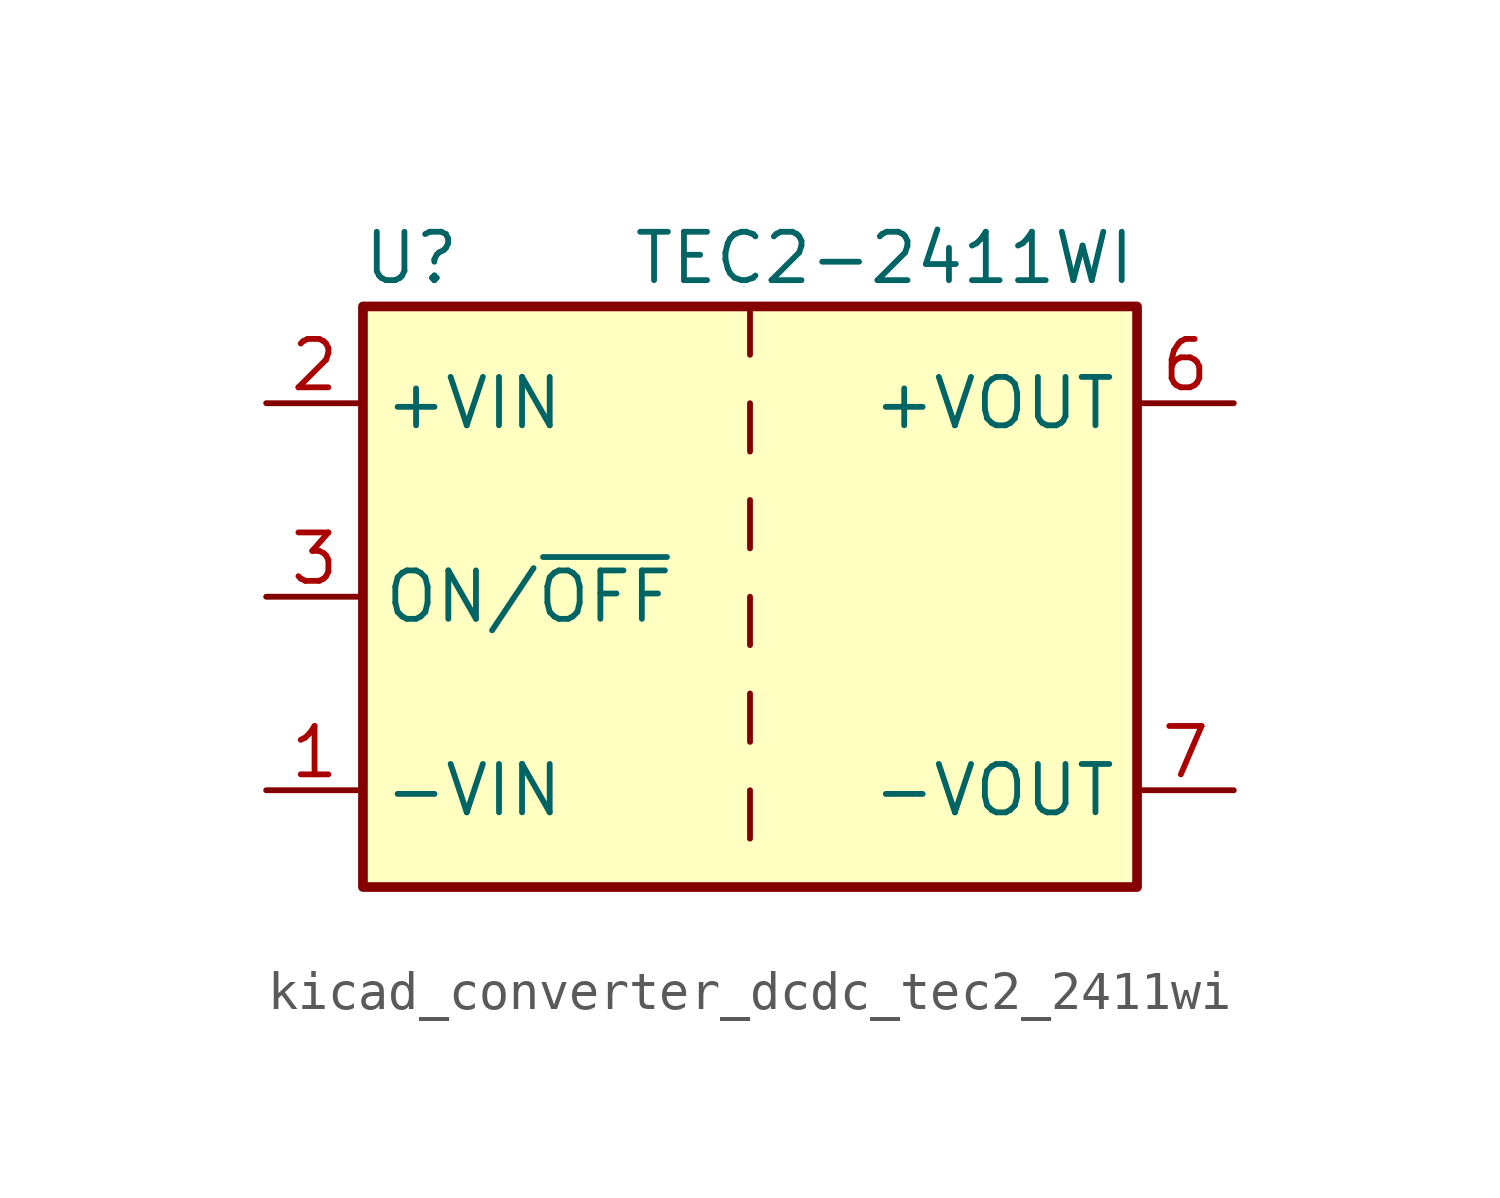
<source format=kicad_sym>
(kicad_symbol_lib
  (version 20220914)
  (generator kicad_symbol_editor)
  (symbol "kicad_converter_dcdc_tec2_2411wi"
    (property "Reference" "U"
      (at -8.89 8.89 0)
      (effects (font (size 1.27 1.27))))
    (property "Value" "TEC2-2411WI"
      (at 10.16 8.89 0)
      (effects (font (size 1.27 1.27)) (justify right)))
    (symbol "kicad_converter_dcdc_tec2_2411wi_0_1"
      (rectangle (start -10.16 7.62) (end 10.16 -7.62) (stroke (width 0.254) (type default)) (fill (type background)))
      (polyline (pts (xy 0 -5.08) (xy 0 -6.35)) (stroke (width 0) (type default)) (fill (type none)))
      (polyline (pts (xy 0 -2.54) (xy 0 -3.81)) (stroke (width 0) (type default)) (fill (type none)))
      (polyline (pts (xy 0 0) (xy 0 -1.27)) (stroke (width 0) (type default)) (fill (type none)))
      (polyline (pts (xy 0 2.54) (xy 0 1.27)) (stroke (width 0) (type default)) (fill (type none)))
      (polyline (pts (xy 0 5.08) (xy 0 3.81)) (stroke (width 0) (type default)) (fill (type none)))
      (polyline (pts (xy 0 7.62) (xy 0 6.35)) (stroke (width 0) (type default)) (fill (type none))))
    (symbol "kicad_converter_dcdc_tec2_2411wi_1_1"
      (pin power_in line (at -12.7 -5.08 0) (length 2.54) (name "-VIN" (effects (font (size 1.27 1.27)))) (number "1" (effects (font (size 1.27 1.27)))))
      (pin power_in line (at -12.7 5.08 0) (length 2.54) (name "+VIN" (effects (font (size 1.27 1.27)))) (number "2" (effects (font (size 1.27 1.27)))))
      (pin input line (at -12.7 0 0) (length 2.54) (name "ON/~{OFF}" (effects (font (size 1.27 1.27)))) (number "3" (effects (font (size 1.27 1.27)))))
      (pin no_connect line (at 10.16 2.54 180) (length 2.54) hide (name "NC" (effects (font (size 1.27 1.27)))) (number "5" (effects (font (size 1.27 1.27)))))
      (pin power_out line (at 12.7 5.08 180) (length 2.54) (name "+VOUT" (effects (font (size 1.27 1.27)))) (number "6" (effects (font (size 1.27 1.27)))))
      (pin power_out line (at 12.7 -5.08 180) (length 2.54) (name "-VOUT" (effects (font (size 1.27 1.27)))) (number "7" (effects (font (size 1.27 1.27)))))
      (pin no_connect line (at 10.16 0 180) (length 2.54) hide (name "NC" (effects (font (size 1.27 1.27)))) (number "8" (effects (font (size 1.27 1.27))))))))
</source>
